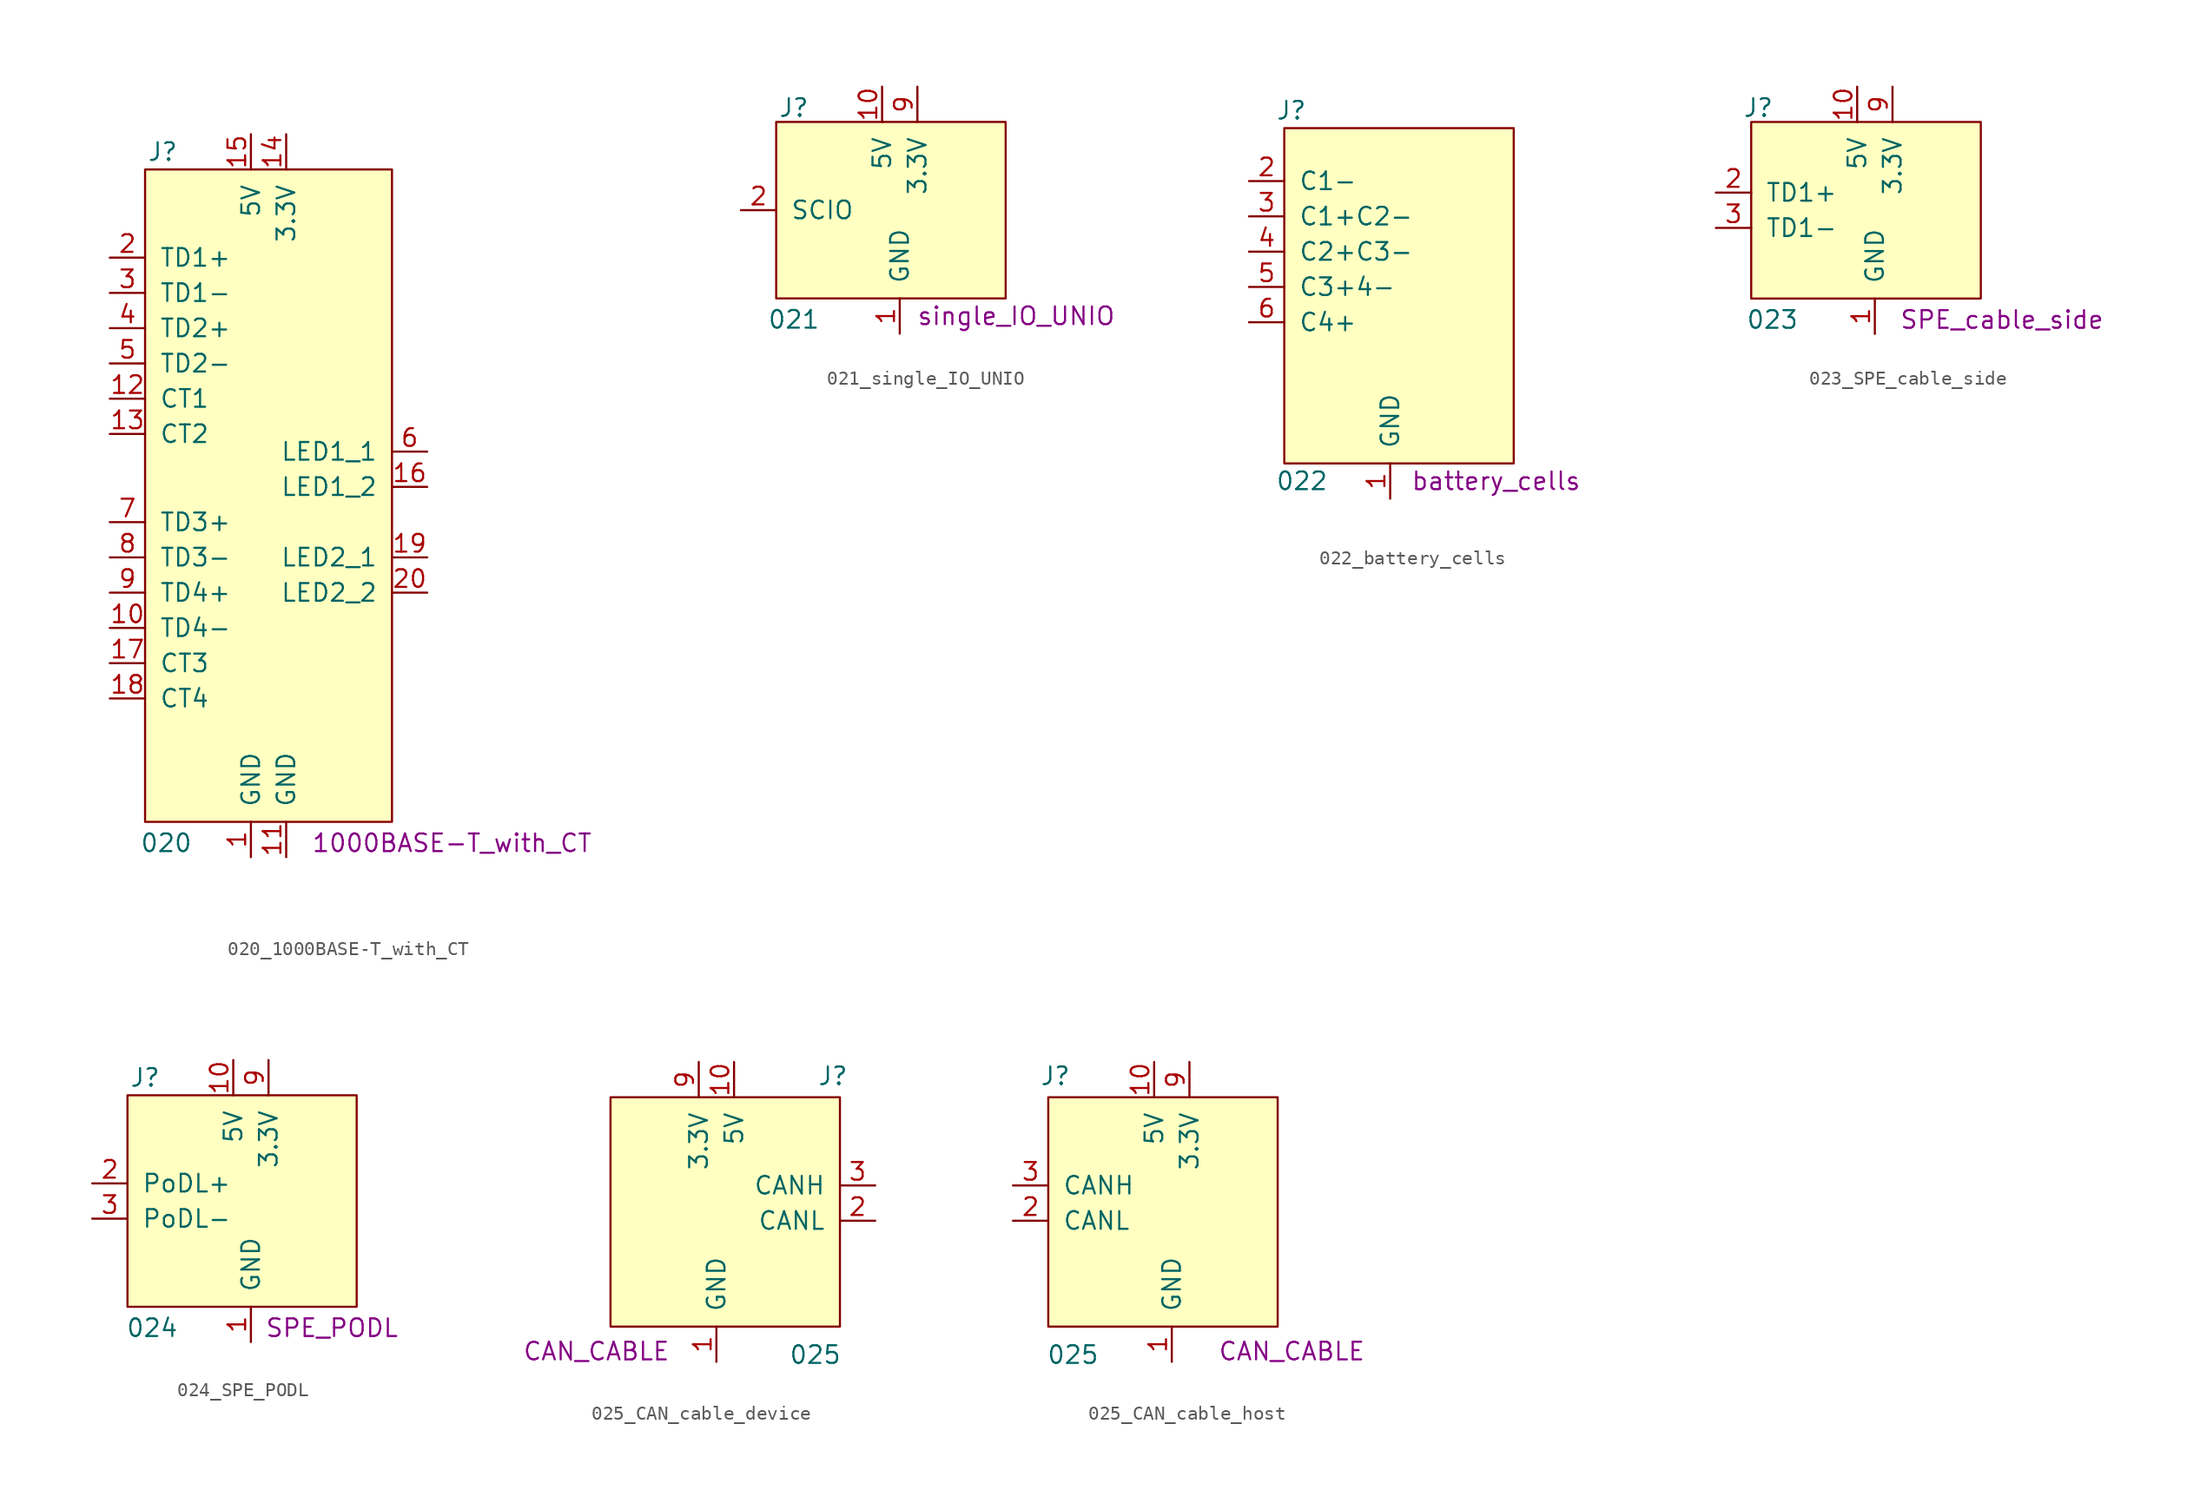
<source format=kicad_sym>
(kicad_symbol_lib
  (version 20241209)
  (generator "kicad_symbol_editor")
  (generator_version "9.0")
  (symbol "020_1000BASE-T_with_CT"
    (pin_names
      (offset 1.016))
    (property "Reference" "J"
      (at -7.62 13.97 0)
      (effects (font (size 1.27 1.27))))
    (property "Value" "020"
      (at -7.366 -35.814 0)
      (effects (font (size 1.27 1.27))))
    (property "Type" "1000BASE-T_with_CT"
      (at 13.208 -35.814 0)
      (effects (font (size 1.27 1.27))))
    (symbol "020_1000BASE-T_with_CT_0_1"
      (rectangle (start -8.89 12.7) (end 8.89 -34.29) (stroke (width 0) (type default)) (fill (type background))))
    (symbol "020_1000BASE-T_with_CT_1_1"
      (pin bidirectional line (at -11.43 6.35 0) (length 2.54) (name "TD1+" (effects (font (size 1.27 1.27)))) (number "2" (effects (font (size 1.27 1.27)))))
      (pin bidirectional line (at -11.43 3.81 0) (length 2.54) (name "TD1-" (effects (font (size 1.27 1.27)))) (number "3" (effects (font (size 1.27 1.27)))))
      (pin bidirectional line (at -11.43 1.27 0) (length 2.54) (name "TD2+" (effects (font (size 1.27 1.27)))) (number "4" (effects (font (size 1.27 1.27)))))
      (pin bidirectional line (at -11.43 -1.27 0) (length 2.54) (name "TD2-" (effects (font (size 1.27 1.27)))) (number "5" (effects (font (size 1.27 1.27)))))
      (pin bidirectional line (at -11.43 -3.81 0) (length 2.54) (name "CT1" (effects (font (size 1.27 1.27)))) (number "12" (effects (font (size 1.27 1.27)))))
      (pin bidirectional line (at -11.43 -6.35 0) (length 2.54) (name "CT2" (effects (font (size 1.27 1.27)))) (number "13" (effects (font (size 1.27 1.27)))))
      (pin bidirectional line (at -11.43 -12.7 0) (length 2.54) (name "TD3+" (effects (font (size 1.27 1.27)))) (number "7" (effects (font (size 1.27 1.27)))))
      (pin bidirectional line (at -11.43 -15.24 0) (length 2.54) (name "TD3-" (effects (font (size 1.27 1.27)))) (number "8" (effects (font (size 1.27 1.27)))))
      (pin bidirectional line (at -11.43 -17.78 0) (length 2.54) (name "TD4+" (effects (font (size 1.27 1.27)))) (number "9" (effects (font (size 1.27 1.27)))))
      (pin bidirectional line (at -11.43 -20.32 0) (length 2.54) (name "TD4-" (effects (font (size 1.27 1.27)))) (number "10" (effects (font (size 1.27 1.27)))))
      (pin bidirectional line (at -11.43 -22.86 0) (length 2.54) (name "CT3" (effects (font (size 1.27 1.27)))) (number "17" (effects (font (size 1.27 1.27)))))
      (pin bidirectional line (at -11.43 -25.4 0) (length 2.54) (name "CT4" (effects (font (size 1.27 1.27)))) (number "18" (effects (font (size 1.27 1.27)))))
      (pin passive line (at -1.27 15.24 270) (length 2.54) (name "5V" (effects (font (size 1.27 1.27)))) (number "15" (effects (font (size 1.27 1.27)))))
      (pin passive line (at -1.27 -36.83 90) (length 2.54) (name "GND" (effects (font (size 1.27 1.27)))) (number "1" (effects (font (size 1.27 1.27)))))
      (pin passive line (at 1.27 15.24 270) (length 2.54) (name "3.3V" (effects (font (size 1.27 1.27)))) (number "14" (effects (font (size 1.27 1.27)))))
      (pin passive line (at 1.27 -36.83 90) (length 2.54) (name "GND" (effects (font (size 1.27 1.27)))) (number "11" (effects (font (size 1.27 1.27)))))
      (pin bidirectional line (at 11.43 -7.62 180) (length 2.54) (name "LED1_1" (effects (font (size 1.27 1.27)))) (number "6" (effects (font (size 1.27 1.27)))))
      (pin bidirectional line (at 11.43 -10.16 180) (length 2.54) (name "LED1_2" (effects (font (size 1.27 1.27)))) (number "16" (effects (font (size 1.27 1.27)))))
      (pin bidirectional line (at 11.43 -15.24 180) (length 2.54) (name "LED2_1" (effects (font (size 1.27 1.27)))) (number "19" (effects (font (size 1.27 1.27)))))
      (pin bidirectional line (at 11.43 -17.78 180) (length 2.54) (name "LED2_2" (effects (font (size 1.27 1.27)))) (number "20" (effects (font (size 1.27 1.27)))))))
  (symbol "021_single_IO_UNIO"
    (pin_names
      (offset 1.016))
    (property "Reference" "J"
      (at -7.62 13.716 0)
      (effects (font (size 1.27 1.27))))
    (property "Value" "021"
      (at -7.62 -1.524 0)
      (effects (font (size 1.27 1.27))))
    (property "Type" "single_IO_UNIO"
      (at 8.382 -1.27 0)
      (effects (font (size 1.27 1.27))))
    (symbol "021_single_IO_UNIO_0_1"
      (rectangle (start -8.89 12.7) (end 7.62 0) (stroke (width 0) (type default)) (fill (type background))))
    (symbol "021_single_IO_UNIO_1_1"
      (pin bidirectional line (at -11.43 6.35 0) (length 2.54) (name "SCIO" (effects (font (size 1.27 1.27)))) (number "2" (effects (font (size 1.27 1.27)))))
      (pin passive line (at -1.27 15.24 270) (length 2.54) (name "5V" (effects (font (size 1.27 1.27)))) (number "10" (effects (font (size 1.27 1.27)))))
      (pin passive line (at 0 -2.54 90) (length 2.54) (name "GND" (effects (font (size 1.27 1.27)))) (number "1" (effects (font (size 1.27 1.27)))))
      (pin passive line (at 1.27 15.24 270) (length 2.54) (name "3.3V" (effects (font (size 1.27 1.27)))) (number "9" (effects (font (size 1.27 1.27)))))))
  (symbol "022_battery_cells"
    (pin_names
      (offset 1.016))
    (property "Reference" "J"
      (at -8.382 13.97 0)
      (effects (font (size 1.27 1.27))))
    (property "Value" "022"
      (at -7.62 -12.7 0)
      (effects (font (size 1.27 1.27))))
    (property "Type" "battery_cells"
      (at 6.35 -12.7 0)
      (effects (font (size 1.27 1.27))))
    (symbol "022_battery_cells_0_1"
      (rectangle (start -8.89 12.7) (end 7.62 -11.43) (stroke (width 0) (type default)) (fill (type background))))
    (symbol "022_battery_cells_1_1"
      (pin unspecified line (at -11.43 8.89 0) (length 2.54) (name "C1-" (effects (font (size 1.27 1.27)))) (number "2" (effects (font (size 1.27 1.27)))))
      (pin unspecified line (at -11.43 6.35 0) (length 2.54) (name "C1+C2-" (effects (font (size 1.27 1.27)))) (number "3" (effects (font (size 1.27 1.27)))))
      (pin unspecified line (at -11.43 3.81 0) (length 2.54) (name "C2+C3-" (effects (font (size 1.27 1.27)))) (number "4" (effects (font (size 1.27 1.27)))))
      (pin unspecified line (at -11.43 1.27 0) (length 2.54) (name "C3+4-" (effects (font (size 1.27 1.27)))) (number "5" (effects (font (size 1.27 1.27)))))
      (pin unspecified line (at -11.43 -1.27 0) (length 2.54) (name "C4+" (effects (font (size 1.27 1.27)))) (number "6" (effects (font (size 1.27 1.27)))))
      (pin passive line (at -1.27 -13.97 90) (length 2.54) (name "GND" (effects (font (size 1.27 1.27)))) (number "1" (effects (font (size 1.27 1.27)))))))
  (symbol "023_SPE_cable_side"
    (pin_names
      (offset 1.016))
    (property "Reference" "J"
      (at -8.382 13.716 0)
      (effects (font (size 1.27 1.27))))
    (property "Value" "023"
      (at -7.366 -1.524 0)
      (effects (font (size 1.27 1.27))))
    (property "Type" "SPE_cable_side"
      (at 9.144 -1.524 0)
      (effects (font (size 1.27 1.27))))
    (symbol "023_SPE_cable_side_0_1"
      (rectangle (start -8.89 12.7) (end 7.62 0) (stroke (width 0) (type default)) (fill (type background))))
    (symbol "023_SPE_cable_side_1_1"
      (pin bidirectional line (at -11.43 7.62 0) (length 2.54) (name "TD1+" (effects (font (size 1.27 1.27)))) (number "2" (effects (font (size 1.27 1.27)))))
      (pin bidirectional line (at -11.43 5.08 0) (length 2.54) (name "TD1-" (effects (font (size 1.27 1.27)))) (number "3" (effects (font (size 1.27 1.27)))))
      (pin passive line (at -1.27 15.24 270) (length 2.54) (name "5V" (effects (font (size 1.27 1.27)))) (number "10" (effects (font (size 1.27 1.27)))))
      (pin passive line (at 0 -2.54 90) (length 2.54) (name "GND" (effects (font (size 1.27 1.27)))) (number "1" (effects (font (size 1.27 1.27)))))
      (pin passive line (at 1.27 15.24 270) (length 2.54) (name "3.3V" (effects (font (size 1.27 1.27)))) (number "9" (effects (font (size 1.27 1.27)))))))
  (symbol "024_SPE_PODL"
    (pin_names
      (offset 1.016))
    (property "Reference" "J"
      (at -7.62 13.97 0)
      (effects (font (size 1.27 1.27))))
    (property "Value" "024"
      (at -7.112 -4.064 0)
      (effects (font (size 1.27 1.27))))
    (property "Type" "SPE_PODL"
      (at 5.842 -4.064 0)
      (effects (font (size 1.27 1.27))))
    (symbol "024_SPE_PODL_0_1"
      (rectangle (start -8.89 12.7) (end 7.62 -2.54) (stroke (width 0) (type default)) (fill (type background))))
    (symbol "024_SPE_PODL_1_1"
      (pin bidirectional line (at -11.43 6.35 0) (length 2.54) (name "PoDL+" (effects (font (size 1.27 1.27)))) (number "2" (effects (font (size 1.27 1.27)))))
      (pin bidirectional line (at -11.43 3.81 0) (length 2.54) (name "PoDL-" (effects (font (size 1.27 1.27)))) (number "3" (effects (font (size 1.27 1.27)))))
      (pin passive line (at -1.27 15.24 270) (length 2.54) (name "5V" (effects (font (size 1.27 1.27)))) (number "10" (effects (font (size 1.27 1.27)))))
      (pin passive line (at 0 -5.08 90) (length 2.54) (name "GND" (effects (font (size 1.27 1.27)))) (number "1" (effects (font (size 1.27 1.27)))))
      (pin passive line (at 1.27 15.24 270) (length 2.54) (name "3.3V" (effects (font (size 1.27 1.27)))) (number "9" (effects (font (size 1.27 1.27)))))))
  (symbol "025_CAN_cable_device"
    (pin_names
      (offset 1.016))
    (property "Reference" "J"
      (at 7.112 10.414 0)
      (effects (font (size 1.27 1.27))))
    (property "Value" "025"
      (at 5.842 -9.652 0)
      (effects (font (size 1.27 1.27))))
    (property "Type" "CAN_CABLE"
      (at -9.906 -9.398 0)
      (effects (font (size 1.27 1.27))))
    (symbol "025_CAN_cable_device_0_1"
      (rectangle (start -8.89 8.89) (end 7.62 -7.62) (stroke (width 0) (type default)) (fill (type background))))
    (symbol "025_CAN_cable_device_1_0"
      (pin no_connect line (at -11.43 5.08 0) (length 2.54) (hide yes) (name "NC" (effects (font (size 1.27 1.27)))) (number "4" (effects (font (size 1.27 1.27)))))
      (pin no_connect line (at -11.43 2.54 0) (length 2.54) (hide yes) (name "NC" (effects (font (size 1.27 1.27)))) (number "5" (effects (font (size 1.27 1.27)))))
      (pin no_connect line (at -11.43 0 0) (length 2.54) (hide yes) (name "NC" (effects (font (size 1.27 1.27)))) (number "6" (effects (font (size 1.27 1.27)))))
      (pin no_connect line (at -11.43 -2.54 0) (length 2.54) (hide yes) (name "NC" (effects (font (size 1.27 1.27)))) (number "7" (effects (font (size 1.27 1.27)))))
      (pin no_connect line (at -11.43 -5.08 0) (length 2.54) (hide yes) (name "NC" (effects (font (size 1.27 1.27)))) (number "8" (effects (font (size 1.27 1.27))))))
    (symbol "025_CAN_cable_device_1_1"
      (pin passive line (at -2.54 11.43 270) (length 2.54) (name "3.3V" (effects (font (size 1.27 1.27)))) (number "9" (effects (font (size 1.27 1.27)))))
      (pin passive line (at -1.27 -10.16 90) (length 2.54) (name "GND" (effects (font (size 1.27 1.27)))) (number "1" (effects (font (size 1.27 1.27)))))
      (pin passive line (at 0 11.43 270) (length 2.54) (name "5V" (effects (font (size 1.27 1.27)))) (number "10" (effects (font (size 1.27 1.27)))))
      (pin bidirectional line (at 10.16 2.54 180) (length 2.54) (name "CANH" (effects (font (size 1.27 1.27)))) (number "3" (effects (font (size 1.27 1.27)))))
      (pin bidirectional line (at 10.16 0 180) (length 2.54) (name "CANL" (effects (font (size 1.27 1.27)))) (number "2" (effects (font (size 1.27 1.27)))))))
  (symbol "025_CAN_cable_host"
    (pin_names
      (offset 1.016))
    (property "Reference" "J"
      (at -7.112 14.224 0)
      (effects (font (size 1.27 1.27))))
    (property "Value" "025"
      (at -5.842 -5.842 0)
      (effects (font (size 1.27 1.27))))
    (property "Type" "CAN_CABLE"
      (at 9.906 -5.588 0)
      (effects (font (size 1.27 1.27))))
    (symbol "025_CAN_cable_host_0_1"
      (rectangle (start -7.62 12.7) (end 8.89 -3.81) (stroke (width 0) (type default)) (fill (type background))))
    (symbol "025_CAN_cable_host_1_0"
      (pin no_connect line (at 11.43 8.89 180) (length 2.54) (hide yes) (name "NC" (effects (font (size 1.27 1.27)))) (number "4" (effects (font (size 1.27 1.27)))))
      (pin no_connect line (at 11.43 6.35 180) (length 2.54) (hide yes) (name "NC" (effects (font (size 1.27 1.27)))) (number "5" (effects (font (size 1.27 1.27)))))
      (pin no_connect line (at 11.43 3.81 180) (length 2.54) (hide yes) (name "NC" (effects (font (size 1.27 1.27)))) (number "6" (effects (font (size 1.27 1.27)))))
      (pin no_connect line (at 11.43 1.27 180) (length 2.54) (hide yes) (name "NC" (effects (font (size 1.27 1.27)))) (number "7" (effects (font (size 1.27 1.27)))))
      (pin no_connect line (at 11.43 -1.27 180) (length 2.54) (hide yes) (name "NC" (effects (font (size 1.27 1.27)))) (number "8" (effects (font (size 1.27 1.27))))))
    (symbol "025_CAN_cable_host_1_1"
      (pin bidirectional line (at -10.16 6.35 0) (length 2.54) (name "CANH" (effects (font (size 1.27 1.27)))) (number "3" (effects (font (size 1.27 1.27)))))
      (pin bidirectional line (at -10.16 3.81 0) (length 2.54) (name "CANL" (effects (font (size 1.27 1.27)))) (number "2" (effects (font (size 1.27 1.27)))))
      (pin passive line (at 0 15.24 270) (length 2.54) (name "5V" (effects (font (size 1.27 1.27)))) (number "10" (effects (font (size 1.27 1.27)))))
      (pin passive line (at 1.27 -6.35 90) (length 2.54) (name "GND" (effects (font (size 1.27 1.27)))) (number "1" (effects (font (size 1.27 1.27)))))
      (pin passive line (at 2.54 15.24 270) (length 2.54) (name "3.3V" (effects (font (size 1.27 1.27)))) (number "9" (effects (font (size 1.27 1.27))))))))
</source>
